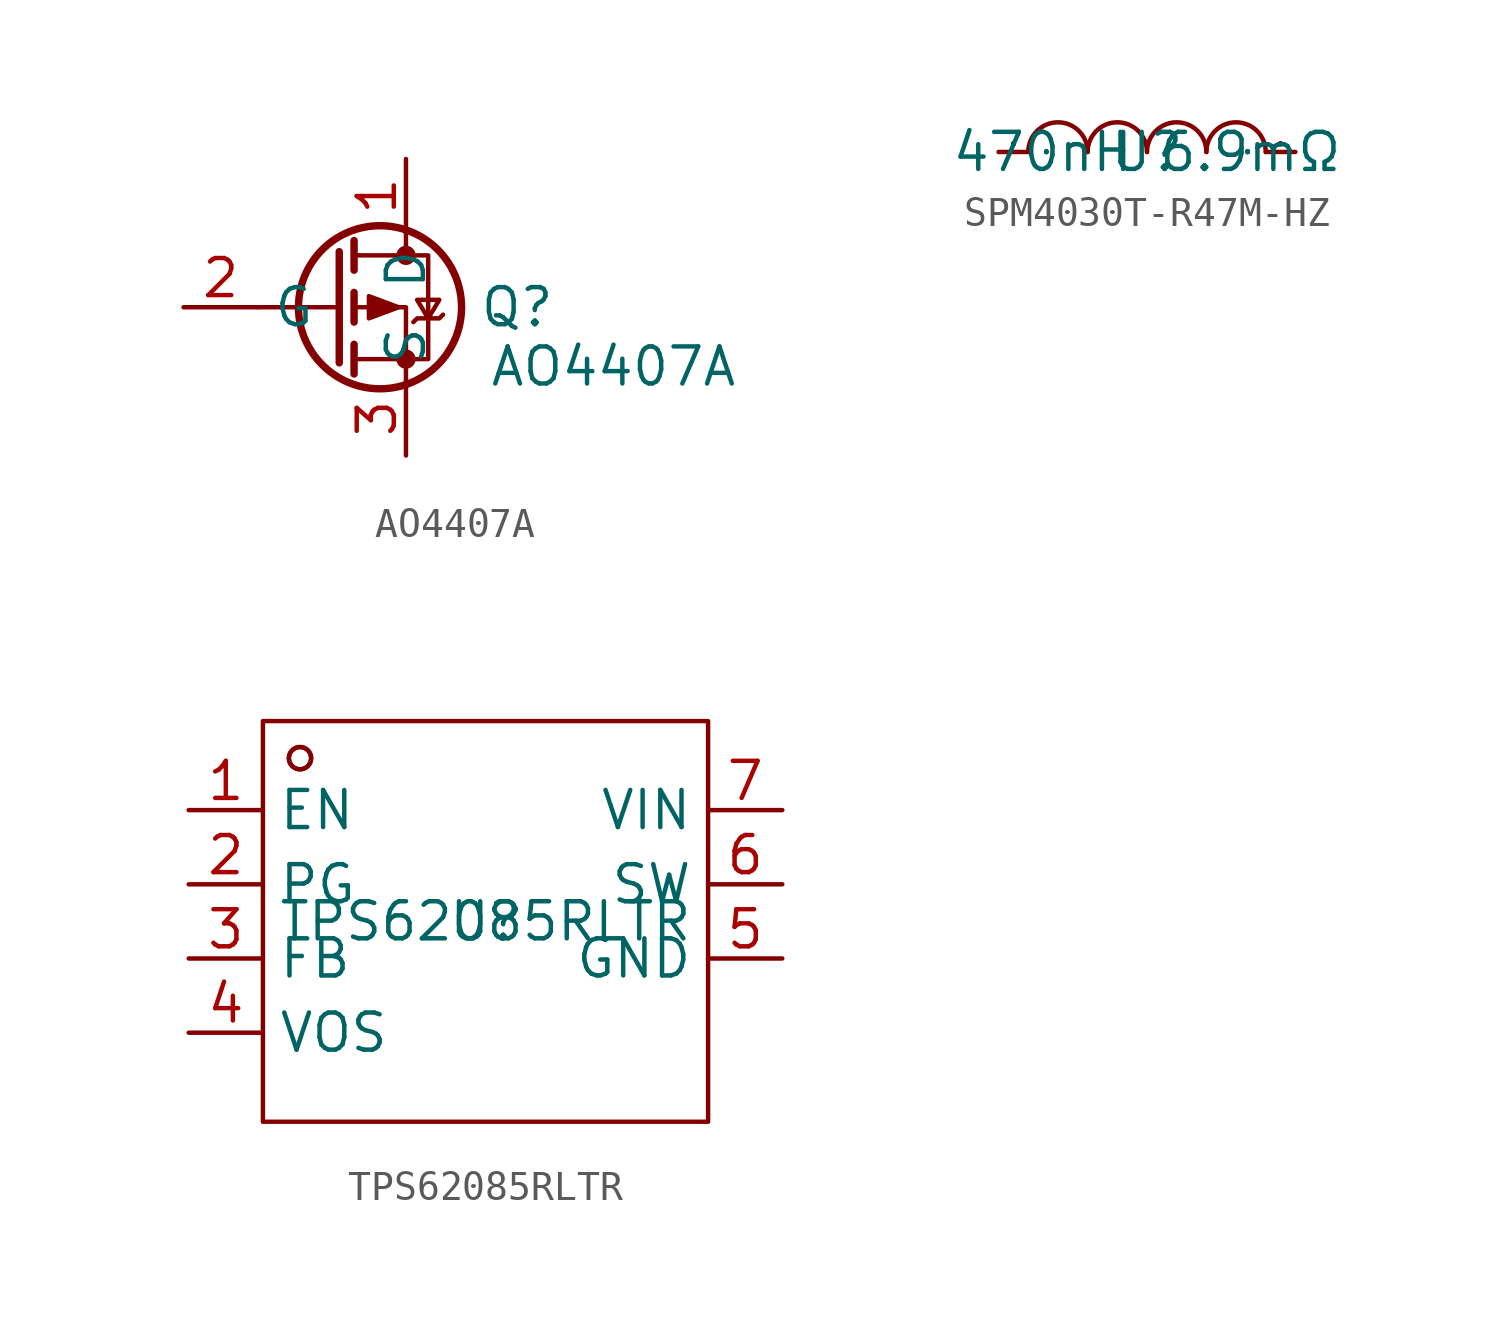
<source format=kicad_sym>
(kicad_symbol_lib
  (version 20241209)
  (generator "kicad_symbol_editor")
  (generator_version "9.0")
  (symbol "AO4407A"
    (property "Reference" "Q"
      (at 0 0 0)
      (effects (font (size 1.27 1.27))))
    (property "Value" "AO4407A"
      (at 3.302 -2.032 0)
      (effects (font (size 1.27 1.27))))
    (symbol "AO4407A_0_1"
      (polyline (pts (xy -6.096 1.905) (xy -6.096 -1.905)) (stroke (width 0.254) (type default)) (fill (type none)))
      (polyline (pts (xy -6.096 0) (xy -8.89 0)) (stroke (width 0) (type default)) (fill (type none)))
      (polyline (pts (xy -5.588 2.286) (xy -5.588 1.27)) (stroke (width 0.254) (type default)) (fill (type none)))
      (polyline (pts (xy -5.588 1.778) (xy -3.048 1.778) (xy -3.048 -1.778) (xy -5.588 -1.778)) (stroke (width 0) (type default)) (fill (type none)))
      (polyline (pts (xy -5.588 0.508) (xy -5.588 -0.508)) (stroke (width 0.254) (type default)) (fill (type none)))
      (polyline (pts (xy -5.588 -1.27) (xy -5.588 -2.286)) (stroke (width 0.254) (type default)) (fill (type none)))
      (circle (center -4.699 0) (radius 2.794) (stroke (width 0.254) (type default)) (fill (type none)))
      (polyline (pts (xy -4.064 0) (xy -5.08 0.381) (xy -5.08 -0.381) (xy -4.064 0)) (stroke (width 0) (type default)) (fill (type outline)))
      (polyline (pts (xy -3.81 2.54) (xy -3.81 1.778)) (stroke (width 0) (type default)) (fill (type none)))
      (circle (center -3.81 1.778) (radius 0.254) (stroke (width 0) (type default)) (fill (type outline)))
      (circle (center -3.81 -1.778) (radius 0.254) (stroke (width 0) (type default)) (fill (type outline)))
      (polyline (pts (xy -3.81 -2.54) (xy -3.81 0) (xy -5.588 0)) (stroke (width 0) (type default)) (fill (type none)))
      (polyline (pts (xy -3.556 -0.508) (xy -3.429 -0.381) (xy -2.667 -0.381) (xy -2.54 -0.254)) (stroke (width 0) (type default)) (fill (type none)))
      (polyline (pts (xy -3.048 -0.381) (xy -3.429 0.254) (xy -2.667 0.254) (xy -3.048 -0.381)) (stroke (width 0) (type default)) (fill (type none))))
    (symbol "AO4407A_1_1"
      (pin input line (at -11.43 0 0) (length 2.54) (name "G" (effects (font (size 1.27 1.27)))) (number "2" (effects (font (size 1.27 1.27)))))
      (pin passive line (at -3.81 5.08 270) (length 2.54) (name "D" (effects (font (size 1.27 1.27)))) (number "1" (effects (font (size 1.27 1.27)))))
      (pin passive line (at -3.81 -5.08 90) (length 2.54) (name "S" (effects (font (size 1.27 1.27)))) (number "3" (effects (font (size 1.27 1.27)))))))
  (symbol "SPM4030T-R47M-HZ"
    (property "Reference" "U"
      (at 0 0 0)
      (effects (font (size 1.27 1.27))))
    (property "Value" "470nH 6.9mΩ"
      (at 0 0 0)
      (effects (font (size 1.27 1.27))))
    (symbol "SPM4030T-R47M-HZ_1_0"
      (arc (start -4.064 0) (mid -3.0226 1.016) (end -2.032 0) (stroke (width 0) (type default)) (fill (type none)))
      (arc (start -2.032 0) (mid -0.9906 1.016) (end 0 0) (stroke (width 0) (type default)) (fill (type none)))
      (arc (start 0 0) (mid 1.016 1.016) (end 2.032 0) (stroke (width 0) (type default)) (fill (type none)))
      (arc (start 2.032 0) (mid 3.048 1.016) (end 4.064 0) (stroke (width 0) (type default)) (fill (type none)))
      (pin unspecified line (at -5.08 0 0) (length 1.016) (name "1" (effects (font (size 0.025 0.025)))) (number "1" (effects (font (size 0.025 0.025)))))
      (pin unspecified line (at 5.08 0 180) (length 1.016) (name "2" (effects (font (size 0.025 0.025)))) (number "2" (effects (font (size 0.025 0.025)))))))
  (symbol "TPS62085RLTR"
    (property "Reference" "U"
      (at 0 0 0)
      (effects (font (size 1.27 1.27))))
    (property "Value" "TPS62085RLTR"
      (at 0 0 0)
      (effects (font (size 1.27 1.27))))
    (symbol "TPS62085RLTR_1_0"
      (rectangle (start -7.62 -6.858) (end 7.62 6.858) (stroke (width 0) (type default)) (fill (type none)))
      (circle (center -6.35 5.588) (radius 0.381) (stroke (width 0) (type default)) (fill (type none)))
      (circle (center -6.35 5.588) (radius 0.381) (stroke (width 0) (type default)) (fill (type none)))
      (pin unspecified line (at -10.16 3.81 0) (length 2.54) (name "EN" (effects (font (size 1.27 1.27)))) (number "1" (effects (font (size 1.27 1.27)))))
      (pin unspecified line (at -10.16 1.27 0) (length 2.54) (name "PG" (effects (font (size 1.27 1.27)))) (number "2" (effects (font (size 1.27 1.27)))))
      (pin unspecified line (at -10.16 -1.27 0) (length 2.54) (name "FB" (effects (font (size 1.27 1.27)))) (number "3" (effects (font (size 1.27 1.27)))))
      (pin unspecified line (at -10.16 -3.81 0) (length 2.54) (name "VOS" (effects (font (size 1.27 1.27)))) (number "4" (effects (font (size 1.27 1.27)))))
      (pin unspecified line (at 10.16 3.81 180) (length 2.54) (name "VIN" (effects (font (size 1.27 1.27)))) (number "7" (effects (font (size 1.27 1.27)))))
      (pin unspecified line (at 10.16 1.27 180) (length 2.54) (name "SW" (effects (font (size 1.27 1.27)))) (number "6" (effects (font (size 1.27 1.27)))))
      (pin unspecified line (at 10.16 -1.27 180) (length 2.54) (name "GND" (effects (font (size 1.27 1.27)))) (number "5" (effects (font (size 1.27 1.27))))))))
</source>
